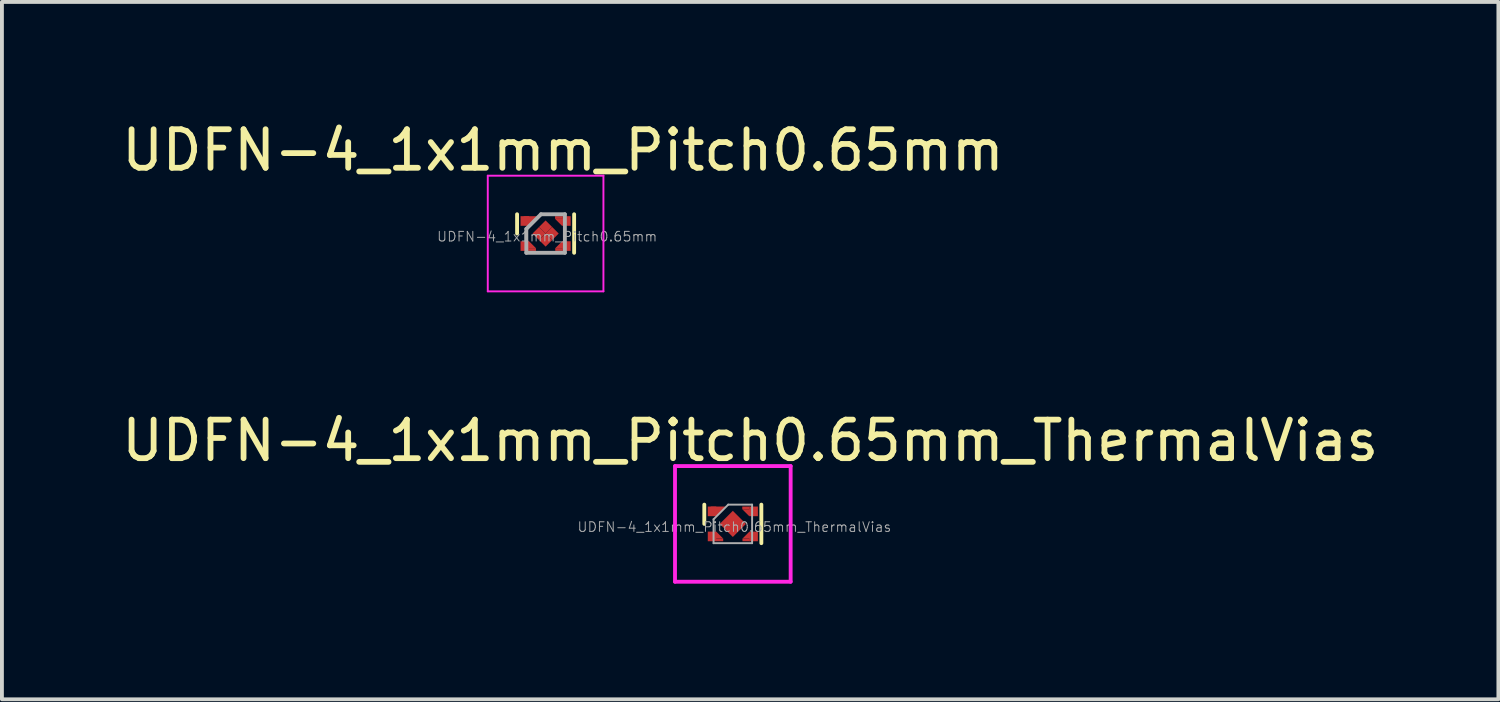
<source format=kicad_pcb>
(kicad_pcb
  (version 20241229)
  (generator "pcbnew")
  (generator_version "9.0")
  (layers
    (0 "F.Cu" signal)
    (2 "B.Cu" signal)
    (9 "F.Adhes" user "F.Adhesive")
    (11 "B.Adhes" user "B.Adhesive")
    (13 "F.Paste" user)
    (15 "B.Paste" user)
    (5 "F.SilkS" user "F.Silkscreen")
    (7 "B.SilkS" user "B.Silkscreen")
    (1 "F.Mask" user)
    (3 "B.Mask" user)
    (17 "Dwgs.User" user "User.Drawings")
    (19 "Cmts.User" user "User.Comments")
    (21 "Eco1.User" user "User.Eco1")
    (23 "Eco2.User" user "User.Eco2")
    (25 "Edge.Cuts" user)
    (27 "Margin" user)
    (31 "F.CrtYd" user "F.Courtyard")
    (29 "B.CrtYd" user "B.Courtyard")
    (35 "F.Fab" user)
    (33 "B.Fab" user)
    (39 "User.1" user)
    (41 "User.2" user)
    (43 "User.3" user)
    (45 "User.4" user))
  (footprint "UDFN-4_1x1mm_Pitch0.65mm"
    (layer "F.Cu")
    (at 11.104 3.008)
    (property "Reference" "UDFN-4_1x1mm_Pitch0.65mm" (at 0.45 -2.16 0) (layer "F.SilkS") (effects (font (size 1 1) (thickness 0.15))))
    (attr smd)
    (fp_line (start -0.74 -0.5) (end -0.74 0) (stroke (width 0.1) (type solid)) (layer "F.SilkS"))
    (fp_line (start 0.74 -0.5) (end 0.74 0.5) (stroke (width 0.1) (type solid)) (layer "F.SilkS"))
    (fp_line (start -1.5 -1.5) (end 1.5 -1.5) (stroke (width 0.05) (type solid)) (layer "F.CrtYd"))
    (fp_line (start -1.5 1.5) (end -1.5 -1.5) (stroke (width 0.05) (type solid)) (layer "F.CrtYd"))
    (fp_line (start 1.5 -1.5) (end 1.5 1.5) (stroke (width 0.05) (type solid)) (layer "F.CrtYd"))
    (fp_line (start 1.5 1.5) (end -1.5 1.5) (stroke (width 0.05) (type solid)) (layer "F.CrtYd"))
    (fp_line (start -0.5 0.5) (end -0.5 -0.12) (stroke (width 0.1) (type solid)) (layer "F.Fab"))
    (fp_line (start -0.12 -0.5) (end -0.5 -0.12) (stroke (width 0.1) (type solid)) (layer "F.Fab"))
    (fp_line (start -0.12 -0.5) (end 0.5 -0.5) (stroke (width 0.1) (type solid)) (layer "F.Fab"))
    (fp_line (start 0.5 -0.5) (end 0.5 0.5) (stroke (width 0.1) (type solid)) (layer "F.Fab"))
    (fp_line (start 0.5 0.5) (end -0.5 0.5) (stroke (width 0.1) (type solid)) (layer "F.Fab"))
    (fp_text user "${REFERENCE}" (at 0.04 0.08 0) (layer "F.Fab") (effects (font (size 0.25 0.25) (thickness 0.025))))
    (pad "1" smd rect (at -0.54 -0.325 270) (size 0.25 0.22) (layers "F.Cu" "F.Mask" "F.Paste"))
    (pad "1" smd trapezoid (at -0.43 -0.3 180) (size 0.2 0.2) (rect_delta 0 0.2) (layers "F.Cu" "F.Mask" "F.Paste"))
    (pad "1" smd trapezoid (at -0.38 -0.35 180) (size 0.2 0.2) (rect_delta 0 0.2) (layers "F.Cu" "F.Mask" "F.Paste"))
    (pad "2" smd rect (at -0.54 0.325 270) (size 0.25 0.22) (layers "F.Cu" "F.Mask" "F.Paste"))
    (pad "2" smd trapezoid (at -0.43 0.29 90) (size 0.18 0.18) (rect_delta 0.18 0) (layers "F.Cu" "F.Mask" "F.Paste"))
    (pad "2" smd rect (at -0.345 0.415 90) (size 0.07 0.19) (layers "F.Cu" "F.Mask" "F.Paste"))
    (pad "3" smd rect (at 0.345 0.415 90) (size 0.07 0.19) (layers "F.Cu" "F.Mask" "F.Paste"))
    (pad "3" smd trapezoid (at 0.43 0.29) (size 0.18 0.18) (rect_delta 0 0.18) (layers "F.Cu" "F.Mask" "F.Paste"))
    (pad "3" smd rect (at 0.54 0.325 270) (size 0.25 0.22) (layers "F.Cu" "F.Mask" "F.Paste"))
    (pad "4" smd rect (at 0.34 -0.415 90) (size 0.07 0.19) (layers "F.Cu" "F.Mask" "F.Paste"))
    (pad "4" smd trapezoid (at 0.425 -0.29 270) (size 0.18 0.18) (rect_delta 0.18 0) (layers "F.Cu" "F.Mask" "F.Paste"))
    (pad "4" smd rect (at 0.54 -0.325 270) (size 0.25 0.22) (layers "F.Cu" "F.Mask" "F.Paste"))
    (pad "5" smd rect (at -0.17 0 315) (size 0.24 0.24) (layers "F.Cu" "F.Mask" "F.Paste"))
    (pad "5" smd rect (at 0 -0.17 315) (size 0.24 0.24) (layers "F.Cu" "F.Mask" "F.Paste"))
    (pad "5" smd rect (at 0 0.17 315) (size 0.24 0.24) (layers "F.Cu" "F.Mask" "F.Paste"))
    (pad "5" smd rect (at 0.17 0 315) (size 0.24 0.24) (layers "F.Cu" "F.Mask" "F.Paste")))
  (footprint "UDFN-4_1x1mm_Pitch0.65mm_ThermalVias"
    (layer "F.Cu")
    (at 15.961 10.541)
    (property "Reference" "UDFN-4_1x1mm_Pitch0.65mm_ThermalVias" (at 0.45 -2.16 0) (layer "F.SilkS") (effects (font (size 1 1) (thickness 0.15))))
    (attr smd)
    (fp_line (start -0.74 -0.5) (end -0.74 0) (stroke (width 0.1) (type solid)) (layer "F.SilkS"))
    (fp_line (start 0.74 -0.5) (end 0.74 0.5) (stroke (width 0.1) (type solid)) (layer "F.SilkS"))
    (fp_line (start -1.5 -1.5) (end 1.5 -1.5) (stroke (width 0.1) (type solid)) (layer "F.CrtYd"))
    (fp_line (start -1.5 1.5) (end -1.5 -1.5) (stroke (width 0.1) (type solid)) (layer "F.CrtYd"))
    (fp_line (start 1.5 -1.5) (end 1.5 1.5) (stroke (width 0.1) (type solid)) (layer "F.CrtYd"))
    (fp_line (start 1.5 1.5) (end -1.5 1.5) (stroke (width 0.1) (type solid)) (layer "F.CrtYd"))
    (fp_line (start -0.5 0.5) (end -0.5 -0.12) (stroke (width 0.05) (type solid)) (layer "F.Fab"))
    (fp_line (start -0.12 -0.5) (end -0.5 -0.12) (stroke (width 0.05) (type solid)) (layer "F.Fab"))
    (fp_line (start -0.12 -0.5) (end 0.5 -0.5) (stroke (width 0.05) (type solid)) (layer "F.Fab"))
    (fp_line (start 0.5 -0.5) (end 0.5 0.5) (stroke (width 0.05) (type solid)) (layer "F.Fab"))
    (fp_line (start 0.5 0.5) (end -0.5 0.5) (stroke (width 0.05) (type solid)) (layer "F.Fab"))
    (fp_text user "${REFERENCE}" (at 0.04 0.08 0) (layer "F.Fab") (effects (font (size 0.25 0.25) (thickness 0.025))))
    (pad "" smd rect (at 0 0 315) (size 0.48 0.48) (layers "F.Paste"))
    (pad "1" smd rect (at -0.54 -0.325 270) (size 0.25 0.22) (layers "F.Cu" "F.Mask" "F.Paste"))
    (pad "1" smd trapezoid (at -0.43 -0.3 180) (size 0.2 0.2) (rect_delta 0 0.2) (layers "F.Cu" "F.Mask" "F.Paste"))
    (pad "1" smd trapezoid (at -0.38 -0.35 180) (size 0.2 0.2) (rect_delta 0 0.2) (layers "F.Cu" "F.Mask" "F.Paste"))
    (pad "2" smd rect (at -0.54 0.325 270) (size 0.25 0.22) (layers "F.Cu" "F.Mask" "F.Paste"))
    (pad "2" smd trapezoid (at -0.43 0.29 90) (size 0.18 0.18) (rect_delta 0.18 0) (layers "F.Cu" "F.Mask" "F.Paste"))
    (pad "2" smd rect (at -0.345 0.415 90) (size 0.07 0.19) (layers "F.Cu" "F.Mask" "F.Paste"))
    (pad "3" smd rect (at 0.345 0.415 90) (size 0.07 0.19) (layers "F.Cu" "F.Mask" "F.Paste"))
    (pad "3" smd trapezoid (at 0.43 0.29) (size 0.18 0.18) (rect_delta 0 0.18) (layers "F.Cu" "F.Mask" "F.Paste"))
    (pad "3" smd rect (at 0.54 0.325 270) (size 0.25 0.22) (layers "F.Cu" "F.Mask" "F.Paste"))
    (pad "4" smd rect (at 0.34 -0.415 90) (size 0.07 0.19) (layers "F.Cu" "F.Mask" "F.Paste"))
    (pad "4" smd trapezoid (at 0.425 -0.29 270) (size 0.18 0.18) (rect_delta 0.18 0) (layers "F.Cu" "F.Mask" "F.Paste"))
    (pad "4" smd rect (at 0.54 -0.325 270) (size 0.25 0.22) (layers "F.Cu" "F.Mask" "F.Paste"))
    (pad "5" smd rect (at 0 0 315) (size 0.48 0.48) (layers "F.Cu" "F.Mask")))
  (gr_rect
    (start -3 -3)
    (end 35.821 15.091)
    (stroke (width 0.1) (type default))
    (fill no)
    (layer "Edge.Cuts")))
</source>
